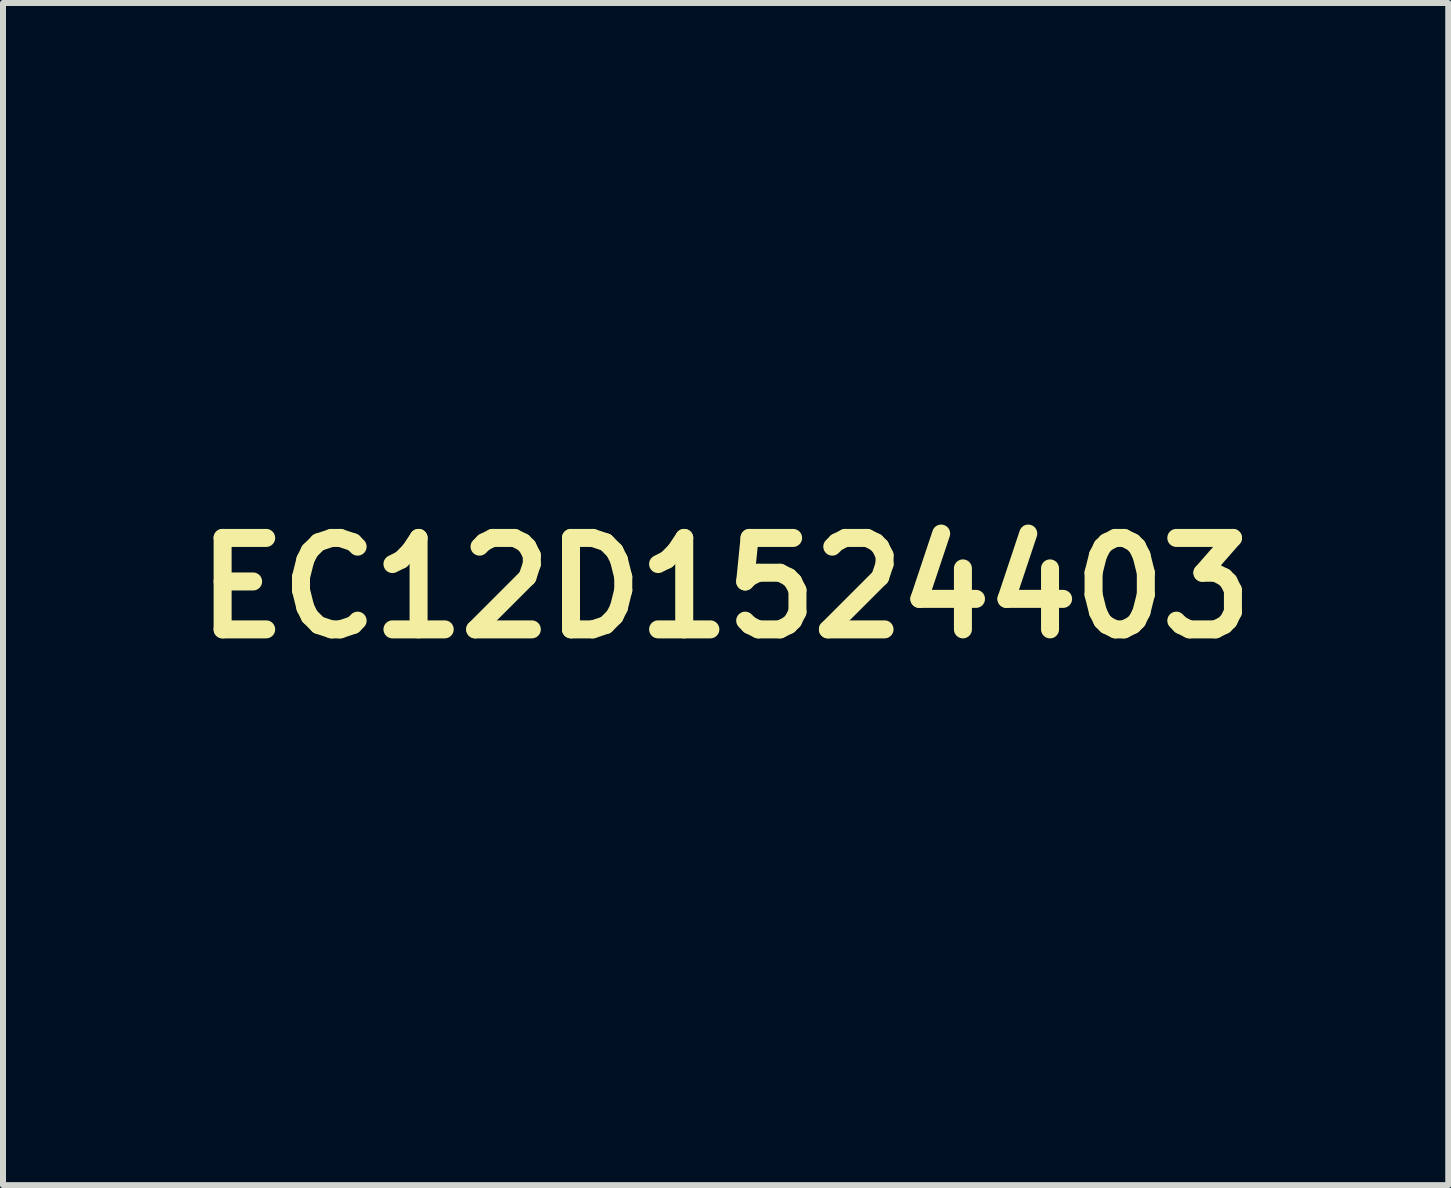
<source format=kicad_pcb>
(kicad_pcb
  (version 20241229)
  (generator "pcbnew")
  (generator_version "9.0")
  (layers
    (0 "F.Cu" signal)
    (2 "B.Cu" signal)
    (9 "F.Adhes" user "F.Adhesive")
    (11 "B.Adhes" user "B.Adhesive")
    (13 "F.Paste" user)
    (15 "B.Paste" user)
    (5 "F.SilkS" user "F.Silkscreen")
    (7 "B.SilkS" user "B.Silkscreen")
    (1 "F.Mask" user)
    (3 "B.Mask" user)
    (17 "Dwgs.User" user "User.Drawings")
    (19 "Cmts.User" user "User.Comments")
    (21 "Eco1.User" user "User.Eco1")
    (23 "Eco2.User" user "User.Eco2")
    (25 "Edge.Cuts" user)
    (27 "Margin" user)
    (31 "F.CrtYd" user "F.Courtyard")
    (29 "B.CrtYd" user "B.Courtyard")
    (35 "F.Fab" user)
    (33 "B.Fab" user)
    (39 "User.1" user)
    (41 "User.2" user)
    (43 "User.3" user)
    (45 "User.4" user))
  (footprint "EC12D1524403"
    (layer "F.Cu")
    (at 9.042 6.749)
    (property "Reference" "EC12D1524403" (at 0 0 0) (layer "F.SilkS") (effects (font (size 1.524 1.524) (thickness 0.3))))
    (attr through_hole)
    (fp_poly (pts (xy -5.338 1.062) (xy -5.348 1.072) (xy -5.358 1.062) (xy -5.348 1.052) (xy -5.338 1.062)) (stroke (width 0.01) (type solid)) (fill no) (layer "Eco1.User"))
    (fp_poly (pts (xy -5.298 -3.125) (xy -5.308 -3.115) (xy -5.318 -3.125) (xy -5.308 -3.135) (xy -5.298 -3.125)) (stroke (width 0.01) (type solid)) (fill no) (layer "Eco1.User"))
    (fp_poly (pts (xy -5.298 1.002) (xy -5.308 1.012) (xy -5.318 1.002) (xy -5.308 0.992) (xy -5.298 1.002)) (stroke (width 0.01) (type solid)) (fill no) (layer "Eco1.User"))
    (fp_poly (pts (xy -5.298 5.11) (xy -5.308 5.12) (xy -5.318 5.11) (xy -5.308 5.1) (xy -5.298 5.11)) (stroke (width 0.01) (type solid)) (fill no) (layer "Eco1.User"))
    (fp_poly (pts (xy -5.298 5.169) (xy -5.308 5.179) (xy -5.318 5.169) (xy -5.308 5.159) (xy -5.298 5.169)) (stroke (width 0.01) (type solid)) (fill no) (layer "Eco1.User"))
    (fp_poly (pts (xy -5.219 -3.125) (xy -5.229 -3.115) (xy -5.239 -3.125) (xy -5.229 -3.135) (xy -5.219 -3.125)) (stroke (width 0.01) (type solid)) (fill no) (layer "Eco1.User"))
    (fp_poly (pts (xy 5.854 -3.205) (xy 5.844 -3.195) (xy 5.834 -3.205) (xy 5.844 -3.215) (xy 5.854 -3.205)) (stroke (width 0.01) (type solid)) (fill no) (layer "Eco1.User"))
    (fp_poly (pts (xy 5.854 -3.106) (xy 5.844 -3.096) (xy 5.834 -3.106) (xy 5.844 -3.115) (xy 5.854 -3.106)) (stroke (width 0.01) (type solid)) (fill no) (layer "Eco1.User"))
    (fp_poly (pts (xy 5.894 1.022) (xy 5.884 1.032) (xy 5.874 1.022) (xy 5.884 1.012) (xy 5.894 1.022)) (stroke (width 0.01) (type solid)) (fill no) (layer "Eco1.User"))
    (fp_poly (pts (xy 5.913 0.982) (xy 5.904 0.992) (xy 5.894 0.982) (xy 5.904 0.972) (xy 5.913 0.982)) (stroke (width 0.01) (type solid)) (fill no) (layer "Eco1.User"))
    (fp_poly (pts (xy 6.271 4.395) (xy 6.261 4.405) (xy 6.251 4.395) (xy 6.261 4.385) (xy 6.271 4.395)) (stroke (width 0.01) (type solid)) (fill no) (layer "Eco1.User"))
    (fp_poly (pts (xy -5.384 0.999) (xy -5.382 1.022) (xy -5.384 1.025) (xy -5.396 1.023) (xy -5.397 1.012) (xy -5.39 0.996) (xy -5.384 0.999)) (stroke (width 0.01) (type solid)) (fill no) (layer "Eco1.User"))
    (fp_poly (pts (xy 5.84 -3.161) (xy 5.844 -3.155) (xy 5.851 -3.137) (xy 5.832 -3.144) (xy 5.814 -3.155) (xy 5.799 -3.171) (xy 5.808 -3.175) (xy 5.84 -3.161)) (stroke (width 0.01) (type solid)) (fill no) (layer "Eco1.User"))
    (fp_poly (pts (xy 5.768 -3.19) (xy 5.771 -3.14) (xy 5.768 -3.12) (xy 5.763 -3.114) (xy 5.759 -3.142) (xy 5.759 -3.155) (xy 5.761 -3.191) (xy 5.767 -3.196) (xy 5.768 -3.19)) (stroke (width 0.01) (type solid)) (fill no) (layer "Eco1.User"))
    (fp_poly (pts (xy 4.798 -4.559) (xy 4.903 -4.453) (xy 5 -4.354) (xy 5.086 -4.266) (xy 5.155 -4.192) (xy 5.204 -4.137) (xy 5.229 -4.105) (xy 5.231 -4.103) (xy 5.247 -4.038) (xy 5.229 -3.982) (xy 5.182 -3.943) (xy 5.12 -3.929) (xy 5.098 -3.936) (xy 5.065 -3.957) (xy 5.017 -3.995) (xy 4.954 -4.052) (xy 4.87 -4.132) (xy 4.764 -4.236) (xy 4.673 -4.326) (xy 4.277 -4.723) (xy 2.491 -4.728) (xy 0.706 -4.733) (xy 0.675 -4.787) (xy 0.656 -4.83) (xy 0.66 -4.866) (xy 0.675 -4.896) (xy 0.706 -4.951) (xy 2.549 -4.956) (xy 4.393 -4.961) (xy 4.798 -4.559)) (stroke (width 0.01) (type solid)) (fill no) (layer "Eco1.User"))
    (fp_poly (pts (xy 7.424 3.102) (xy 7.46 3.125) (xy 7.483 3.17) (xy 7.496 3.242) (xy 7.501 3.346) (xy 7.501 3.381) (xy 7.501 3.579) (xy 7.357 3.729) (xy 7.272 3.816) (xy 7.207 3.876) (xy 7.158 3.912) (xy 7.12 3.925) (xy 7.087 3.92) (xy 7.053 3.899) (xy 7.048 3.894) (xy 7.013 3.854) (xy 7.002 3.802) (xy 7.002 3.766) (xy 7.017 3.737) (xy 7.052 3.688) (xy 7.102 3.629) (xy 7.124 3.605) (xy 7.243 3.478) (xy 7.243 3.331) (xy 7.248 3.227) (xy 7.265 3.156) (xy 7.297 3.115) (xy 7.346 3.097) (xy 7.372 3.096) (xy 7.424 3.102)) (stroke (width 0.01) (type solid)) (fill no) (layer "Eco1.User"))
    (fp_poly (pts (xy -6.765 3.109) (xy -6.724 3.148) (xy -6.699 3.217) (xy -6.688 3.32) (xy -6.687 3.359) (xy -6.687 3.481) (xy -6.33 3.84) (xy -6.233 3.939) (xy -6.146 4.029) (xy -6.073 4.107) (xy -6.017 4.168) (xy -5.983 4.209) (xy -5.973 4.224) (xy -5.985 4.268) (xy -6.012 4.318) (xy -6.04 4.35) (xy -6.065 4.364) (xy -6.092 4.368) (xy -6.123 4.36) (xy -6.162 4.338) (xy -6.212 4.3) (xy -6.278 4.242) (xy -6.362 4.162) (xy -6.468 4.058) (xy -6.553 3.973) (xy -6.945 3.581) (xy -6.945 3.371) (xy -6.943 3.259) (xy -6.933 3.182) (xy -6.915 3.132) (xy -6.884 3.106) (xy -6.84 3.096) (xy -6.825 3.096) (xy -6.765 3.109)) (stroke (width 0.01) (type solid)) (fill no) (layer "Eco1.User"))
    (fp_poly (pts (xy 6.751 -2.581) (xy 6.777 -2.563) (xy 6.826 -2.52) (xy 6.895 -2.456) (xy 6.978 -2.377) (xy 7.072 -2.285) (xy 7.149 -2.208) (xy 7.501 -1.853) (xy 7.501 -1.525) (xy 7.501 -1.404) (xy 7.499 -1.316) (xy 7.496 -1.255) (xy 7.491 -1.214) (xy 7.482 -1.187) (xy 7.469 -1.168) (xy 7.455 -1.154) (xy 7.395 -1.117) (xy 7.338 -1.12) (xy 7.286 -1.161) (xy 7.284 -1.164) (xy 7.267 -1.188) (xy 7.256 -1.218) (xy 7.249 -1.26) (xy 7.245 -1.321) (xy 7.243 -1.41) (xy 7.243 -1.486) (xy 7.243 -1.757) (xy 6.916 -2.084) (xy 6.804 -2.196) (xy 6.718 -2.285) (xy 6.657 -2.354) (xy 6.615 -2.407) (xy 6.593 -2.449) (xy 6.585 -2.481) (xy 6.591 -2.51) (xy 6.603 -2.532) (xy 6.65 -2.572) (xy 6.71 -2.588) (xy 6.751 -2.581)) (stroke (width 0.01) (type solid)) (fill no) (layer "Eco1.User"))
    (fp_poly (pts (xy -6.121 -2.583) (xy -6.093 -2.567) (xy -6.072 -2.549) (xy -6.046 -2.523) (xy -6.033 -2.495) (xy -6.034 -2.463) (xy -6.052 -2.423) (xy -6.089 -2.371) (xy -6.147 -2.304) (xy -6.229 -2.217) (xy -6.337 -2.107) (xy -6.359 -2.085) (xy -6.685 -1.756) (xy -6.691 -1.472) (xy -6.694 -1.36) (xy -6.697 -1.28) (xy -6.702 -1.227) (xy -6.71 -1.192) (xy -6.722 -1.17) (xy -6.739 -1.153) (xy -6.744 -1.149) (xy -6.807 -1.116) (xy -6.864 -1.121) (xy -6.906 -1.151) (xy -6.92 -1.168) (xy -6.931 -1.191) (xy -6.938 -1.226) (xy -6.942 -1.278) (xy -6.944 -1.354) (xy -6.945 -1.461) (xy -6.945 -1.523) (xy -6.945 -1.856) (xy -6.58 -2.22) (xy -6.461 -2.339) (xy -6.366 -2.431) (xy -6.291 -2.5) (xy -6.232 -2.547) (xy -6.187 -2.575) (xy -6.151 -2.586) (xy -6.121 -2.583)) (stroke (width 0.01) (type solid)) (fill no) (layer "Eco1.User"))
    (fp_poly (pts (xy -2.015 -4.961) (xy -1.749 -4.96) (xy -1.494 -4.96) (xy -1.253 -4.959) (xy -1.029 -4.958) (xy -0.824 -4.957) (xy -0.642 -4.955) (xy -0.486 -4.954) (xy -0.357 -4.952) (xy -0.259 -4.95) (xy -0.195 -4.948) (xy -0.167 -4.946) (xy -0.167 -4.946) (xy -0.141 -4.918) (xy -0.121 -4.887) (xy -0.112 -4.83) (xy -0.133 -4.773) (xy -0.167 -4.738) (xy -0.189 -4.736) (xy -0.249 -4.734) (xy -0.342 -4.732) (xy -0.467 -4.73) (xy -0.62 -4.728) (xy -0.798 -4.727) (xy -0.998 -4.726) (xy -1.219 -4.725) (xy -1.456 -4.724) (xy -1.707 -4.723) (xy -1.954 -4.723) (xy -3.719 -4.723) (xy -4.118 -4.326) (xy -4.237 -4.208) (xy -4.331 -4.116) (xy -4.404 -4.046) (xy -4.461 -3.996) (xy -4.503 -3.962) (xy -4.535 -3.941) (xy -4.559 -3.931) (xy -4.579 -3.929) (xy -4.642 -3.945) (xy -4.672 -3.973) (xy -4.696 -4.021) (xy -4.703 -4.056) (xy -4.689 -4.083) (xy -4.647 -4.134) (xy -4.58 -4.209) (xy -4.489 -4.306) (xy -4.376 -4.424) (xy -4.272 -4.528) (xy -3.841 -4.961) (xy -2.015 -4.961)) (stroke (width 0.01) (type solid)) (fill no) (layer "Eco1.User"))
    (fp_poly (pts (xy 7.541 2.977) (xy 4.247 2.977) (xy 4.247 0.829) (xy 4.745 0.829) (xy 4.746 0.986) (xy 4.747 1.062) (xy 4.75 1.219) (xy 4.752 1.343) (xy 4.755 1.438) (xy 4.759 1.511) (xy 4.765 1.567) (xy 4.773 1.612) (xy 4.784 1.651) (xy 4.798 1.691) (xy 4.805 1.709) (xy 4.871 1.86) (xy 4.946 1.986) (xy 5.038 2.101) (xy 5.091 2.156) (xy 5.252 2.287) (xy 5.432 2.385) (xy 5.625 2.449) (xy 5.829 2.477) (xy 6.039 2.468) (xy 6.182 2.44) (xy 6.37 2.373) (xy 6.544 2.271) (xy 6.698 2.14) (xy 6.829 1.985) (xy 6.931 1.81) (xy 6.996 1.635) (xy 7.01 1.565) (xy 7.021 1.462) (xy 7.03 1.337) (xy 7.037 1.195) (xy 7.041 1.046) (xy 7.043 0.898) (xy 7.041 0.758) (xy 7.036 0.635) (xy 7.027 0.536) (xy 7.026 0.528) (xy 6.979 0.307) (xy 6.901 0.109) (xy 6.793 -0.066) (xy 6.656 -0.215) (xy 6.49 -0.336) (xy 6.4 -0.385) (xy 6.246 -0.449) (xy 6.099 -0.487) (xy 5.94 -0.503) (xy 5.873 -0.503) (xy 5.668 -0.483) (xy 5.474 -0.427) (xy 5.295 -0.338) (xy 5.134 -0.219) (xy 4.996 -0.075) (xy 4.884 0.093) (xy 4.803 0.28) (xy 4.77 0.401) (xy 4.76 0.457) (xy 4.753 0.523) (xy 4.748 0.602) (xy 4.745 0.702) (xy 4.745 0.829) (xy 4.247 0.829) (xy 4.247 -1.012) (xy 7.541 -1.012) (xy 7.541 2.977)) (stroke (width 0.01) (type solid)) (fill no) (layer "Eco1.User"))
    (fp_poly (pts (xy -3.691 2.977) (xy -6.985 2.977) (xy -6.985 0.842) (xy -6.487 0.842) (xy -6.485 0.998) (xy -6.484 1.062) (xy -6.481 1.219) (xy -6.478 1.343) (xy -6.474 1.439) (xy -6.469 1.513) (xy -6.462 1.571) (xy -6.453 1.62) (xy -6.441 1.664) (xy -6.433 1.688) (xy -6.351 1.875) (xy -6.236 2.045) (xy -6.093 2.193) (xy -5.925 2.316) (xy -5.738 2.41) (xy -5.616 2.451) (xy -5.511 2.469) (xy -5.383 2.475) (xy -5.245 2.47) (xy -5.111 2.455) (xy -4.995 2.43) (xy -4.966 2.421) (xy -4.782 2.336) (xy -4.615 2.219) (xy -4.47 2.074) (xy -4.352 1.906) (xy -4.263 1.72) (xy -4.217 1.558) (xy -4.205 1.475) (xy -4.196 1.361) (xy -4.19 1.225) (xy -4.187 1.075) (xy -4.187 0.921) (xy -4.19 0.769) (xy -4.196 0.63) (xy -4.205 0.512) (xy -4.217 0.424) (xy -4.217 0.423) (xy -4.274 0.224) (xy -4.366 0.041) (xy -4.488 -0.123) (xy -4.638 -0.264) (xy -4.811 -0.378) (xy -5.005 -0.461) (xy -5.06 -0.478) (xy -5.158 -0.495) (xy -5.281 -0.502) (xy -5.413 -0.499) (xy -5.541 -0.487) (xy -5.65 -0.466) (xy -5.675 -0.459) (xy -5.869 -0.377) (xy -6.043 -0.262) (xy -6.193 -0.12) (xy -6.316 0.047) (xy -6.408 0.235) (xy -6.461 0.417) (xy -6.471 0.475) (xy -6.479 0.54) (xy -6.484 0.619) (xy -6.486 0.718) (xy -6.487 0.842) (xy -6.985 0.842) (xy -6.985 -1.012) (xy -3.691 -1.012) (xy -3.691 2.977)) (stroke (width 0.01) (type solid)) (fill no) (layer "Eco1.User"))
    (fp_poly (pts (xy -5.057 -4.024) (xy -4.894 -3.968) (xy -4.741 -3.88) (xy -4.605 -3.759) (xy -4.591 -3.744) (xy -4.485 -3.596) (xy -4.414 -3.437) (xy -4.377 -3.271) (xy -4.372 -3.103) (xy -4.398 -2.938) (xy -4.454 -2.781) (xy -4.538 -2.636) (xy -4.649 -2.507) (xy -4.785 -2.4) (xy -4.946 -2.319) (xy -5.002 -2.3) (xy -5.111 -2.276) (xy -5.235 -2.265) (xy -5.36 -2.266) (xy -5.47 -2.28) (xy -5.507 -2.29) (xy -5.687 -2.366) (xy -5.841 -2.47) (xy -5.967 -2.599) (xy -6.063 -2.75) (xy -6.126 -2.919) (xy -6.153 -3.105) (xy -6.155 -3.155) (xy -6.153 -3.173) (xy -5.852 -3.173) (xy -5.85 -3.108) (xy -5.833 -2.985) (xy -5.797 -2.885) (xy -5.735 -2.793) (xy -5.698 -2.752) (xy -5.578 -2.652) (xy -5.444 -2.588) (xy -5.3 -2.561) (xy -5.151 -2.572) (xy -5.052 -2.601) (xy -4.933 -2.664) (xy -4.827 -2.757) (xy -4.742 -2.871) (xy -4.722 -2.907) (xy -4.684 -3.026) (xy -4.671 -3.16) (xy -4.685 -3.293) (xy -4.722 -3.403) (xy -4.805 -3.532) (xy -4.91 -3.631) (xy -5.031 -3.701) (xy -5.163 -3.74) (xy -5.3 -3.747) (xy -5.437 -3.721) (xy -5.567 -3.662) (xy -5.686 -3.569) (xy -5.703 -3.552) (xy -5.786 -3.44) (xy -5.835 -3.316) (xy -5.852 -3.173) (xy -6.153 -3.173) (xy -6.137 -3.344) (xy -6.083 -3.517) (xy -5.992 -3.676) (xy -5.985 -3.686) (xy -5.862 -3.821) (xy -5.72 -3.925) (xy -5.563 -3.998) (xy -5.397 -4.038) (xy -5.227 -4.047) (xy -5.057 -4.024)) (stroke (width 0.01) (type solid)) (fill no) (layer "Eco1.User"))
    (fp_poly (pts (xy 6.439 3.563) (xy 6.606 3.626) (xy 6.758 3.723) (xy 6.89 3.849) (xy 6.996 3.998) (xy 7.03 4.063) (xy 7.082 4.218) (xy 7.105 4.388) (xy 7.096 4.563) (xy 7.066 4.701) (xy 6.997 4.862) (xy 6.895 5.008) (xy 6.767 5.132) (xy 6.617 5.229) (xy 6.503 5.277) (xy 6.4 5.302) (xy 6.277 5.315) (xy 6.15 5.317) (xy 6.034 5.306) (xy 5.963 5.29) (xy 5.787 5.215) (xy 5.634 5.109) (xy 5.508 4.977) (xy 5.411 4.822) (xy 5.349 4.653) (xy 5.321 4.473) (xy 5.322 4.439) (xy 5.616 4.439) (xy 5.632 4.557) (xy 5.677 4.677) (xy 5.744 4.79) (xy 5.827 4.883) (xy 5.902 4.937) (xy 5.987 4.98) (xy 6.061 5.004) (xy 6.14 5.014) (xy 6.241 5.014) (xy 6.354 5.004) (xy 6.439 4.984) (xy 6.479 4.966) (xy 6.601 4.882) (xy 6.697 4.772) (xy 6.765 4.643) (xy 6.802 4.501) (xy 6.804 4.354) (xy 6.786 4.263) (xy 6.743 4.161) (xy 6.674 4.059) (xy 6.589 3.971) (xy 6.543 3.935) (xy 6.413 3.87) (xy 6.278 3.84) (xy 6.142 3.843) (xy 6.012 3.876) (xy 5.892 3.936) (xy 5.788 4.021) (xy 5.704 4.128) (xy 5.645 4.253) (xy 5.618 4.395) (xy 5.616 4.439) (xy 5.322 4.439) (xy 5.329 4.3) (xy 5.37 4.135) (xy 5.44 3.984) (xy 5.536 3.849) (xy 5.655 3.734) (xy 5.793 3.641) (xy 5.946 3.575) (xy 6.112 3.539) (xy 6.287 3.537) (xy 6.439 3.563)) (stroke (width 0.01) (type solid)) (fill no) (layer "Eco1.User"))
    (fp_poly (pts (xy 0.462 -6.724) (xy 0.626 -6.671) (xy 0.781 -6.583) (xy 0.904 -6.48) (xy 1.023 -6.336) (xy 1.106 -6.18) (xy 1.156 -6.016) (xy 1.172 -5.848) (xy 1.155 -5.681) (xy 1.107 -5.52) (xy 1.028 -5.369) (xy 0.918 -5.233) (xy 0.78 -5.116) (xy 0.658 -5.045) (xy 0.586 -5.011) (xy 0.527 -4.989) (xy 0.468 -4.976) (xy 0.396 -4.969) (xy 0.309 -4.966) (xy 0.206 -4.964) (xy 0.128 -4.969) (xy 0.061 -4.98) (xy -0.009 -5.001) (xy -0.02 -5.005) (xy -0.184 -5.082) (xy -0.328 -5.19) (xy -0.448 -5.323) (xy -0.539 -5.477) (xy -0.578 -5.58) (xy -0.611 -5.749) (xy -0.613 -5.83) (xy -0.317 -5.83) (xy -0.296 -5.692) (xy -0.244 -5.562) (xy -0.165 -5.448) (xy -0.059 -5.355) (xy 0.048 -5.298) (xy 0.166 -5.268) (xy 0.298 -5.262) (xy 0.429 -5.279) (xy 0.541 -5.317) (xy 0.542 -5.318) (xy 0.663 -5.4) (xy 0.759 -5.508) (xy 0.828 -5.634) (xy 0.864 -5.772) (xy 0.868 -5.885) (xy 0.837 -6.039) (xy 0.772 -6.175) (xy 0.675 -6.29) (xy 0.547 -6.38) (xy 0.524 -6.391) (xy 0.457 -6.419) (xy 0.387 -6.434) (xy 0.299 -6.439) (xy 0.278 -6.439) (xy 0.121 -6.422) (xy -0.014 -6.371) (xy -0.129 -6.287) (xy -0.223 -6.169) (xy -0.257 -6.107) (xy -0.305 -5.971) (xy -0.317 -5.83) (xy -0.613 -5.83) (xy -0.614 -5.923) (xy -0.586 -6.091) (xy -0.541 -6.217) (xy -0.445 -6.378) (xy -0.326 -6.511) (xy -0.188 -6.615) (xy -0.036 -6.689) (xy 0.127 -6.732) (xy 0.294 -6.744) (xy 0.462 -6.724)) (stroke (width 0.01) (type solid)) (fill no) (layer "Eco1.User"))
    (fp_poly (pts (xy 6.06 -4.013) (xy 6.23 -3.948) (xy 6.275 -3.923) (xy 6.352 -3.868) (xy 6.436 -3.791) (xy 6.515 -3.706) (xy 6.579 -3.622) (xy 6.604 -3.58) (xy 6.673 -3.403) (xy 6.704 -3.218) (xy 6.698 -3.031) (xy 6.654 -2.848) (xy 6.604 -2.73) (xy 6.554 -2.653) (xy 6.482 -2.567) (xy 6.399 -2.484) (xy 6.317 -2.415) (xy 6.275 -2.387) (xy 6.123 -2.318) (xy 5.953 -2.276) (xy 5.778 -2.263) (xy 5.61 -2.28) (xy 5.588 -2.284) (xy 5.441 -2.338) (xy 5.3 -2.424) (xy 5.172 -2.538) (xy 5.065 -2.673) (xy 5.007 -2.775) (xy 4.946 -2.946) (xy 4.922 -3.126) (xy 4.924 -3.155) (xy 5.229 -3.155) (xy 5.232 -3.062) (xy 5.24 -2.994) (xy 5.257 -2.938) (xy 5.276 -2.897) (xy 5.365 -2.764) (xy 5.473 -2.664) (xy 5.602 -2.599) (xy 5.75 -2.569) (xy 5.845 -2.567) (xy 5.942 -2.576) (xy 6.02 -2.597) (xy 6.091 -2.63) (xy 6.213 -2.718) (xy 6.307 -2.826) (xy 6.37 -2.951) (xy 6.402 -3.084) (xy 6.403 -3.222) (xy 6.371 -3.358) (xy 6.305 -3.485) (xy 6.232 -3.573) (xy 6.115 -3.664) (xy 5.985 -3.722) (xy 5.848 -3.746) (xy 5.71 -3.738) (xy 5.578 -3.699) (xy 5.457 -3.629) (xy 5.353 -3.53) (xy 5.282 -3.424) (xy 5.255 -3.366) (xy 5.239 -3.311) (xy 5.231 -3.245) (xy 5.229 -3.155) (xy 4.924 -3.155) (xy 4.934 -3.309) (xy 4.984 -3.488) (xy 5.024 -3.58) (xy 5.074 -3.657) (xy 5.147 -3.743) (xy 5.23 -3.827) (xy 5.312 -3.896) (xy 5.353 -3.923) (xy 5.52 -3.999) (xy 5.698 -4.039) (xy 5.88 -4.044) (xy 6.06 -4.013)) (stroke (width 0.01) (type solid)) (fill no) (layer "Eco1.User"))
    (fp_poly (pts (xy 0.612 0.576) (xy 0.937 0.576) (xy 1.231 0.577) (xy 1.494 0.578) (xy 1.725 0.58) (xy 1.923 0.582) (xy 2.086 0.584) (xy 2.213 0.587) (xy 2.304 0.59) (xy 2.357 0.593) (xy 2.37 0.595) (xy 2.41 0.618) (xy 2.436 0.655) (xy 2.449 0.713) (xy 2.45 0.797) (xy 2.442 0.913) (xy 2.441 0.925) (xy 2.392 1.215) (xy 2.307 1.491) (xy 2.19 1.749) (xy 2.04 1.988) (xy 1.862 2.205) (xy 1.656 2.397) (xy 1.426 2.562) (xy 1.173 2.698) (xy 0.899 2.802) (xy 0.797 2.831) (xy 0.628 2.864) (xy 0.436 2.884) (xy 0.237 2.891) (xy 0.047 2.883) (xy -0.079 2.868) (xy -0.358 2.803) (xy -0.621 2.702) (xy -0.868 2.569) (xy -1.095 2.407) (xy -1.299 2.217) (xy -1.478 2.004) (xy -1.63 1.769) (xy -1.75 1.515) (xy -1.838 1.246) (xy -1.884 1.006) (xy -1.9 0.877) (xy -1.902 0.833) (xy -1.652 0.833) (xy -1.637 0.947) (xy -1.585 1.216) (xy -1.496 1.47) (xy -1.375 1.706) (xy -1.224 1.922) (xy -1.045 2.115) (xy -0.84 2.283) (xy -0.612 2.423) (xy -0.363 2.532) (xy -0.095 2.608) (xy -0.087 2.61) (xy 0.029 2.626) (xy 0.17 2.633) (xy 0.326 2.632) (xy 0.482 2.624) (xy 0.628 2.608) (xy 0.75 2.585) (xy 0.764 2.581) (xy 0.975 2.508) (xy 1.186 2.406) (xy 1.388 2.279) (xy 1.572 2.135) (xy 1.727 1.98) (xy 1.751 1.951) (xy 1.897 1.751) (xy 2.012 1.542) (xy 2.1 1.319) (xy 2.164 1.072) (xy 2.191 0.918) (xy 2.203 0.833) (xy -1.652 0.833) (xy -1.902 0.833) (xy -1.906 0.78) (xy -1.902 0.71) (xy -1.889 0.661) (xy -1.864 0.627) (xy -1.853 0.617) (xy -1.844 0.61) (xy -1.834 0.604) (xy -1.82 0.599) (xy -1.8 0.594) (xy -1.771 0.591) (xy -1.732 0.587) (xy -1.68 0.585) (xy -1.613 0.582) (xy -1.529 0.58) (xy -1.424 0.579) (xy -1.297 0.578) (xy -1.146 0.577) (xy -0.968 0.576) (xy -0.761 0.576) (xy -0.522 0.576) (xy -0.25 0.576) (xy 0.058 0.575) (xy 0.259 0.575) (xy 0.612 0.576)) (stroke (width 0.01) (type solid)) (fill no) (layer "Eco1.User"))
    (fp_poly (pts (xy -5.118 4.245) (xy -4.942 4.295) (xy -4.785 4.375) (xy -4.65 4.482) (xy -4.539 4.61) (xy -4.453 4.754) (xy -4.396 4.912) (xy -4.369 5.078) (xy -4.374 5.247) (xy -4.414 5.416) (xy -4.477 5.555) (xy -4.526 5.644) (xy -3.483 6.687) (xy 4.034 6.687) (xy 4.752 5.975) (xy 4.893 5.836) (xy 5.026 5.706) (xy 5.15 5.586) (xy 5.26 5.481) (xy 5.354 5.392) (xy 5.429 5.322) (xy 5.483 5.274) (xy 5.512 5.251) (xy 5.516 5.249) (xy 5.57 5.249) (xy 5.613 5.273) (xy 5.66 5.326) (xy 5.671 5.385) (xy 5.652 5.433) (xy 5.633 5.454) (xy 5.589 5.5) (xy 5.521 5.568) (xy 5.434 5.655) (xy 5.329 5.76) (xy 5.21 5.879) (xy 5.079 6.009) (xy 4.938 6.148) (xy 4.878 6.208) (xy 4.131 6.945) (xy -3.58 6.945) (xy -4.697 5.831) (xy -4.794 5.893) (xy -4.957 5.974) (xy -5.131 6.017) (xy -5.31 6.023) (xy -5.491 5.992) (xy -5.667 5.924) (xy -5.82 5.828) (xy -5.946 5.706) (xy -6.045 5.563) (xy -6.113 5.404) (xy -6.151 5.235) (xy -6.153 5.13) (xy -5.854 5.13) (xy -5.836 5.28) (xy -5.786 5.413) (xy -5.708 5.526) (xy -5.607 5.616) (xy -5.488 5.68) (xy -5.354 5.715) (xy -5.212 5.719) (xy -5.066 5.688) (xy -5.006 5.664) (xy -4.944 5.634) (xy -4.912 5.607) (xy -4.902 5.577) (xy -4.901 5.569) (xy -4.885 5.523) (xy -4.847 5.476) (xy -4.8 5.444) (xy -4.771 5.437) (xy -4.745 5.419) (xy -4.72 5.37) (xy -4.698 5.301) (xy -4.682 5.219) (xy -4.675 5.135) (xy -4.675 5.12) (xy -4.694 4.974) (xy -4.746 4.844) (xy -4.825 4.732) (xy -4.926 4.642) (xy -5.044 4.578) (xy -5.174 4.542) (xy -5.311 4.537) (xy -5.45 4.568) (xy -5.498 4.588) (xy -5.612 4.65) (xy -5.697 4.722) (xy -5.765 4.813) (xy -5.793 4.866) (xy -5.828 4.943) (xy -5.847 5.011) (xy -5.853 5.09) (xy -5.854 5.13) (xy -6.153 5.13) (xy -6.155 5.059) (xy -6.124 4.884) (xy -6.073 4.748) (xy -5.981 4.596) (xy -5.861 4.467) (xy -5.719 4.363) (xy -5.561 4.288) (xy -5.392 4.244) (xy -5.218 4.234) (xy -5.118 4.245)) (stroke (width 0.01) (type solid)) (fill no) (layer "Eco1.User"))
    (fp_poly (pts (xy 0.305 -2.12) (xy 0.478 -2.114) (xy 0.645 -2.102) (xy 0.795 -2.086) (xy 0.913 -2.065) (xy 1.256 -1.97) (xy 1.583 -1.84) (xy 1.889 -1.677) (xy 2.174 -1.483) (xy 2.435 -1.259) (xy 2.67 -1.006) (xy 2.878 -0.726) (xy 2.963 -0.589) (xy 3.122 -0.281) (xy 3.243 0.037) (xy 3.329 0.363) (xy 3.378 0.693) (xy 3.391 1.025) (xy 3.37 1.355) (xy 3.313 1.681) (xy 3.222 1.999) (xy 3.098 2.308) (xy 2.939 2.603) (xy 2.747 2.881) (xy 2.523 3.141) (xy 2.448 3.216) (xy 2.219 3.421) (xy 1.987 3.593) (xy 1.744 3.737) (xy 1.479 3.861) (xy 1.298 3.931) (xy 0.991 4.02) (xy 0.669 4.078) (xy 0.341 4.103) (xy 0.015 4.095) (xy -0.079 4.086) (xy -0.368 4.039) (xy -0.646 3.965) (xy -0.925 3.86) (xy -1.101 3.779) (xy -1.408 3.606) (xy -1.689 3.404) (xy -1.944 3.175) (xy -2.17 2.92) (xy -2.367 2.642) (xy -2.532 2.342) (xy -2.664 2.024) (xy -2.762 1.689) (xy -2.819 1.374) (xy -2.831 1.242) (xy -2.835 1.097) (xy -2.586 1.097) (xy -2.556 1.42) (xy -2.49 1.734) (xy -2.39 2.035) (xy -2.257 2.323) (xy -2.094 2.593) (xy -1.902 2.844) (xy -1.684 3.074) (xy -1.44 3.278) (xy -1.173 3.456) (xy -0.884 3.605) (xy -0.575 3.722) (xy -0.437 3.762) (xy -0.182 3.813) (xy 0.091 3.842) (xy 0.368 3.847) (xy 0.633 3.828) (xy 0.69 3.821) (xy 1.019 3.752) (xy 1.334 3.646) (xy 1.632 3.507) (xy 1.911 3.335) (xy 2.169 3.132) (xy 2.402 2.901) (xy 2.609 2.642) (xy 2.786 2.357) (xy 2.805 2.322) (xy 2.899 2.123) (xy 2.984 1.902) (xy 3.054 1.678) (xy 3.086 1.548) (xy 3.105 1.431) (xy 3.119 1.285) (xy 3.128 1.123) (xy 3.131 0.955) (xy 3.128 0.794) (xy 3.118 0.649) (xy 3.108 0.566) (xy 3.083 0.425) (xy 3.048 0.276) (xy 3.009 0.132) (xy 2.968 0.005) (xy 2.937 -0.074) (xy 2.899 -0.159) (xy -2.357 -0.159) (xy -2.406 -0.025) (xy -2.473 0.173) (xy -2.521 0.357) (xy -2.555 0.545) (xy -2.578 0.754) (xy -2.579 0.767) (xy -2.586 1.097) (xy -2.835 1.097) (xy -2.835 1.083) (xy -2.833 0.91) (xy -2.825 0.735) (xy -2.811 0.569) (xy -2.792 0.424) (xy -2.781 0.362) (xy -2.688 0.019) (xy -2.561 -0.305) (xy -2.495 -0.43) (xy -2.214 -0.43) (xy -2.214 -0.425) (xy -2.208 -0.421) (xy -2.195 -0.417) (xy -2.173 -0.413) (xy -2.138 -0.41) (xy -2.091 -0.408) (xy -2.027 -0.405) (xy -1.947 -0.404) (xy -1.846 -0.402) (xy -1.724 -0.401) (xy -1.579 -0.399) (xy -1.408 -0.399) (xy -1.209 -0.398) (xy -0.981 -0.398) (xy -0.721 -0.397) (xy -0.428 -0.397) (xy -0.098 -0.397) (xy 0.268 -0.397) (xy 2.782 -0.397) (xy 2.728 -0.491) (xy 2.62 -0.657) (xy 2.484 -0.83) (xy 2.329 -1.002) (xy 2.164 -1.161) (xy 1.996 -1.301) (xy 1.952 -1.333) (xy 1.671 -1.512) (xy 1.377 -1.654) (xy 1.073 -1.761) (xy 0.763 -1.833) (xy 0.449 -1.869) (xy 0.135 -1.871) (xy -0.177 -1.839) (xy -0.485 -1.772) (xy -0.784 -1.672) (xy -1.071 -1.539) (xy -1.345 -1.373) (xy -1.601 -1.174) (xy -1.838 -0.943) (xy -1.89 -0.885) (xy -1.96 -0.8) (xy -2.031 -0.708) (xy -2.098 -0.616) (xy -2.155 -0.533) (xy -2.197 -0.465) (xy -2.214 -0.43) (xy -2.495 -0.43) (xy -2.401 -0.608) (xy -2.212 -0.89) (xy -1.994 -1.149) (xy -1.751 -1.381) (xy -1.483 -1.586) (xy -1.192 -1.762) (xy -0.882 -1.906) (xy -0.554 -2.017) (xy -0.209 -2.093) (xy -0.138 -2.104) (xy -0.014 -2.116) (xy 0.137 -2.121) (xy 0.305 -2.12)) (stroke (width 0.01) (type solid)) (fill no) (layer "Eco1.User")))
  (gr_rect
    (start -3 -3)
    (end 21.085 16.7)
    (stroke (width 0.1) (type default))
    (fill no)
    (layer "Edge.Cuts")))
</source>
